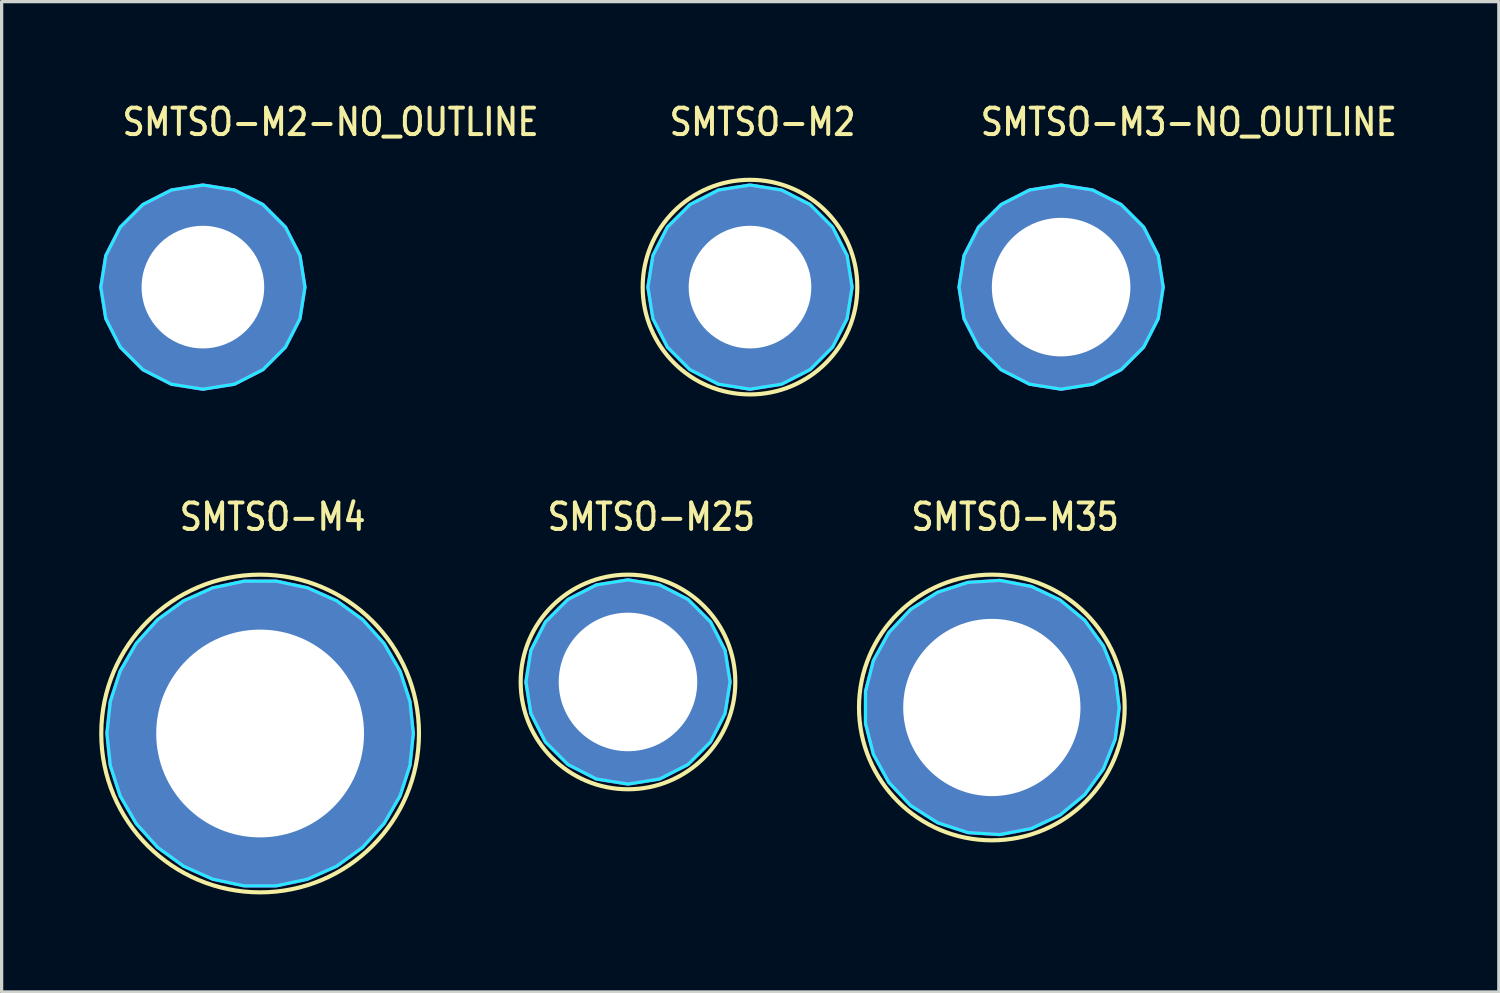
<source format=kicad_pcb>
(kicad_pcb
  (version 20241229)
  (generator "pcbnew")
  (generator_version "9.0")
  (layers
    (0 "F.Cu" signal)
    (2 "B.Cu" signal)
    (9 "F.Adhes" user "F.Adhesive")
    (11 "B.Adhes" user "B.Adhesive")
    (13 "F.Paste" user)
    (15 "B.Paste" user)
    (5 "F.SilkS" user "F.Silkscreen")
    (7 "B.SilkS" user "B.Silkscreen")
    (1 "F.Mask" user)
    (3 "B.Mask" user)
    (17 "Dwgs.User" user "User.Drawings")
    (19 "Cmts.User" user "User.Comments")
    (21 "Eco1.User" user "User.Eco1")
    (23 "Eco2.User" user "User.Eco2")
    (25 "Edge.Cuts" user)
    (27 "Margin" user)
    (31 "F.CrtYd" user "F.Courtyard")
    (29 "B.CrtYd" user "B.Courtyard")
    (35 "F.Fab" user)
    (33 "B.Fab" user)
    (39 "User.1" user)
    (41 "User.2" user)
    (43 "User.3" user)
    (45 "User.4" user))
  (footprint "SMTSO-M25"
    (layer "F.Cu")
    (at 16.261 17.921)
    (property "Reference" "SMTSO-M25" (at -2.54 -4.6 0) (unlocked yes) (layer "F.SilkS") (effects (font (size 0.813 0.695) (thickness 0.122)) (justify left bottom)))
    (fp_circle (center 0 0) (end 3.3 0) (stroke (width 0.127) (type solid)) (fill no) (layer "F.SilkS"))
    (fp_poly (pts (xy -2.976 -0.538) (xy 2.976 -0.538) (xy 2.14 -0.538) (xy -2.14 -0.538)) (stroke (width 0.076) (type solid)) (fill yes) (layer "F.Paste"))
    (fp_poly (pts (xy 2.976 0.538) (xy -2.976 0.538) (xy -2.14 0.538) (xy 2.14 0.538)) (stroke (width 0.076) (type solid)) (fill yes) (layer "F.Paste"))
    (fp_poly (pts (xy 3.139 0) (xy 2.985 -0.97) (xy 2.539 -1.845) (xy 1.845 -2.539) (xy 0.97 -2.985) (xy 0 -3.139) (xy -0.97 -2.985) (xy -1.845 -2.539) (xy -2.539 -1.845) (xy -2.985 -0.97) (xy -3.139 0) (xy -2.985 0.97) (xy -2.539 1.845) (xy -1.845 2.539) (xy -0.97 2.985) (xy 0 3.139) (xy 0.97 2.985) (xy 1.845 2.539) (xy 2.539 1.845) (xy 2.985 0.97)) (stroke (width 0.1) (type solid)) (fill no) (layer "B.CrtYd"))
    (fp_poly (pts (xy 3.139 0) (xy 2.985 -0.97) (xy 2.539 -1.845) (xy 1.845 -2.539) (xy 0.97 -2.985) (xy 0 -3.139) (xy -0.97 -2.985) (xy -1.845 -2.539) (xy -2.539 -1.845) (xy -2.985 -0.97) (xy -3.139 0) (xy -2.985 0.97) (xy -2.539 1.845) (xy -1.845 2.539) (xy -0.97 2.985) (xy 0 3.139) (xy 0.97 2.985) (xy 1.845 2.539) (xy 2.539 1.845) (xy 2.985 0.97)) (stroke (width 0.1) (type solid)) (fill no) (layer "F.CrtYd"))
    (pad "P$1" thru_hole oval (at 0 0) (size 6.2 6.2) (drill 4.26) (layers "*.Cu" "*.Mask")))
  (footprint "SMTSO-M3-NO_OUTLINE"
    (layer "F.Cu")
    (at 29.58 5.779)
    (property "Reference" "SMTSO-M3-NO_OUTLINE" (at -2.54 -4.6 0) (unlocked yes) (layer "F.SilkS") (effects (font (size 0.813 0.695) (thickness 0.122)) (justify left bottom)))
    (fp_poly (pts (xy -2.976 -0.538) (xy 2.976 -0.538) (xy 2.14 -0.538) (xy -2.14 -0.538)) (stroke (width 0.076) (type solid)) (fill yes) (layer "F.Paste"))
    (fp_poly (pts (xy 2.976 0.538) (xy -2.976 0.538) (xy -2.14 0.538) (xy 2.14 0.538)) (stroke (width 0.076) (type solid)) (fill yes) (layer "F.Paste"))
    (fp_poly (pts (xy 3.139 0) (xy 2.985 -0.97) (xy 2.539 -1.845) (xy 1.845 -2.539) (xy 0.97 -2.985) (xy 0 -3.139) (xy -0.97 -2.985) (xy -1.845 -2.539) (xy -2.539 -1.845) (xy -2.985 -0.97) (xy -3.139 0) (xy -2.985 0.97) (xy -2.539 1.845) (xy -1.845 2.539) (xy -0.97 2.985) (xy 0 3.139) (xy 0.97 2.985) (xy 1.845 2.539) (xy 2.539 1.845) (xy 2.985 0.97)) (stroke (width 0.1) (type solid)) (fill no) (layer "B.CrtYd"))
    (fp_poly (pts (xy 3.139 0) (xy 2.985 -0.97) (xy 2.539 -1.845) (xy 1.845 -2.539) (xy 0.97 -2.985) (xy 0 -3.139) (xy -0.97 -2.985) (xy -1.845 -2.539) (xy -2.539 -1.845) (xy -2.985 -0.97) (xy -3.139 0) (xy -2.985 0.97) (xy -2.539 1.845) (xy -1.845 2.539) (xy -0.97 2.985) (xy 0 3.139) (xy 0.97 2.985) (xy 1.845 2.539) (xy 2.539 1.845) (xy 2.985 0.97)) (stroke (width 0.1) (type solid)) (fill no) (layer "F.CrtYd"))
    (pad "P$1" thru_hole oval (at 0 0) (size 6.2 6.2) (drill 4.26) (layers "*.Cu" "*.Mask")))
  (footprint "SMTSO-M2"
    (layer "F.Cu")
    (at 20.013 5.779)
    (property "Reference" "SMTSO-M2" (at -2.54 -4.6 0) (unlocked yes) (layer "F.SilkS") (effects (font (size 0.813 0.695) (thickness 0.122)) (justify left bottom)))
    (fp_circle (center 0 0) (end 3.3 0) (stroke (width 0.127) (type solid)) (fill no) (layer "F.SilkS"))
    (fp_poly (pts (xy -2.976 -0.538) (xy 2.976 -0.538) (xy 1.886 -0.538) (xy -1.886 -0.538)) (stroke (width 0.076) (type solid)) (fill yes) (layer "F.Paste"))
    (fp_poly (pts (xy 2.976 0.538) (xy -2.976 0.538) (xy -1.886 0.538) (xy 1.886 0.538)) (stroke (width 0.076) (type solid)) (fill yes) (layer "F.Paste"))
    (fp_poly (pts (xy 3.139 0) (xy 2.985 -0.97) (xy 2.539 -1.845) (xy 1.845 -2.539) (xy 0.97 -2.985) (xy 0 -3.139) (xy -0.97 -2.985) (xy -1.845 -2.539) (xy -2.539 -1.845) (xy -2.985 -0.97) (xy -3.139 0) (xy -2.985 0.97) (xy -2.539 1.845) (xy -1.845 2.539) (xy -0.97 2.985) (xy 0 3.139) (xy 0.97 2.985) (xy 1.845 2.539) (xy 2.539 1.845) (xy 2.985 0.97)) (stroke (width 0.1) (type solid)) (fill no) (layer "B.CrtYd"))
    (fp_poly (pts (xy 3.139 0) (xy 2.985 -0.97) (xy 2.539 -1.845) (xy 1.845 -2.539) (xy 0.97 -2.985) (xy 0 -3.139) (xy -0.97 -2.985) (xy -1.845 -2.539) (xy -2.539 -1.845) (xy -2.985 -0.97) (xy -3.139 0) (xy -2.985 0.97) (xy -2.539 1.845) (xy -1.845 2.539) (xy -0.97 2.985) (xy 0 3.139) (xy 0.97 2.985) (xy 1.845 2.539) (xy 2.539 1.845) (xy 2.985 0.97)) (stroke (width 0.1) (type solid)) (fill no) (layer "F.CrtYd"))
    (pad "P$1" thru_hole oval (at 0 0) (size 6.2 6.2) (drill 3.77) (layers "*.Cu" "*.Mask")))
  (footprint "SMTSO-M2-NO_OUTLINE"
    (layer "F.Cu")
    (at 3.189 5.779)
    (property "Reference" "SMTSO-M2-NO_OUTLINE" (at -2.54 -4.6 0) (unlocked yes) (layer "F.SilkS") (effects (font (size 0.813 0.695) (thickness 0.122)) (justify left bottom)))
    (fp_poly (pts (xy -2.976 -0.538) (xy 2.976 -0.538) (xy 1.886 -0.538) (xy -1.886 -0.538)) (stroke (width 0.076) (type solid)) (fill yes) (layer "F.Paste"))
    (fp_poly (pts (xy 2.976 0.538) (xy -2.976 0.538) (xy -1.886 0.538) (xy 1.886 0.538)) (stroke (width 0.076) (type solid)) (fill yes) (layer "F.Paste"))
    (fp_poly (pts (xy 3.139 0) (xy 2.985 -0.97) (xy 2.539 -1.845) (xy 1.845 -2.539) (xy 0.97 -2.985) (xy 0 -3.139) (xy -0.97 -2.985) (xy -1.845 -2.539) (xy -2.539 -1.845) (xy -2.985 -0.97) (xy -3.139 0) (xy -2.985 0.97) (xy -2.539 1.845) (xy -1.845 2.539) (xy -0.97 2.985) (xy 0 3.139) (xy 0.97 2.985) (xy 1.845 2.539) (xy 2.539 1.845) (xy 2.985 0.97)) (stroke (width 0.1) (type solid)) (fill no) (layer "B.CrtYd"))
    (fp_poly (pts (xy 3.139 0) (xy 2.985 -0.97) (xy 2.539 -1.845) (xy 1.845 -2.539) (xy 0.97 -2.985) (xy 0 -3.139) (xy -0.97 -2.985) (xy -1.845 -2.539) (xy -2.539 -1.845) (xy -2.985 -0.97) (xy -3.139 0) (xy -2.985 0.97) (xy -2.539 1.845) (xy -1.845 2.539) (xy -0.97 2.985) (xy 0 3.139) (xy 0.97 2.985) (xy 1.845 2.539) (xy 2.539 1.845) (xy 2.985 0.97)) (stroke (width 0.1) (type solid)) (fill no) (layer "F.CrtYd"))
    (pad "P$1" thru_hole oval (at 0 0) (size 6.2 6.2) (drill 3.77) (layers "*.Cu" "*.Mask")))
  (footprint "SMTSO-M4"
    (layer "F.Cu")
    (at 4.949 19.506)
    (property "Reference" "SMTSO-M4" (at -2.54 -6.185 0) (unlocked yes) (layer "F.SilkS") (effects (font (size 0.813 0.695) (thickness 0.122)) (justify left bottom)))
    (fp_circle (center 0 0) (end 4.885 0) (stroke (width 0.127) (type solid)) (fill no) (layer "F.SilkS"))
    (fp_poly (pts (xy -4.577 -0.538) (xy -0.538 -4.577) (xy -0.538 -3.227) (xy -3.227 -0.538)) (stroke (width 0.076) (type solid)) (fill yes) (layer "F.Paste"))
    (fp_poly (pts (xy -0.538 4.577) (xy -4.577 0.538) (xy -3.227 0.538) (xy -0.538 3.227)) (stroke (width 0.076) (type solid)) (fill yes) (layer "F.Paste"))
    (fp_poly (pts (xy 0.538 -4.577) (xy 4.577 -0.538) (xy 3.227 -0.538) (xy 0.538 -3.227)) (stroke (width 0.076) (type solid)) (fill yes) (layer "F.Paste"))
    (fp_poly (pts (xy 4.577 0.538) (xy 0.538 4.577) (xy 0.538 3.227) (xy 3.227 0.538)) (stroke (width 0.076) (type solid)) (fill yes) (layer "F.Paste"))
    (fp_poly (pts (xy 4.711 0) (xy 4.608 -0.979) (xy 4.304 -1.916) (xy 3.811 -2.769) (xy 3.152 -3.501) (xy 2.355 -4.08) (xy 1.456 -4.48) (xy 0.492 -4.685) (xy -0.492 -4.685) (xy -1.456 -4.48) (xy -2.355 -4.08) (xy -3.152 -3.501) (xy -3.811 -2.769) (xy -4.304 -1.916) (xy -4.608 -0.979) (xy -4.711 0) (xy -4.608 0.979) (xy -4.304 1.916) (xy -3.811 2.769) (xy -3.152 3.501) (xy -2.355 4.08) (xy -1.456 4.48) (xy -0.492 4.685) (xy 0.492 4.685) (xy 1.456 4.48) (xy 2.355 4.08) (xy 3.152 3.501) (xy 3.811 2.769) (xy 4.304 1.916) (xy 4.608 0.979)) (stroke (width 0.1) (type solid)) (fill no) (layer "B.CrtYd"))
    (fp_poly (pts (xy 4.711 0) (xy 4.608 -0.979) (xy 4.304 -1.916) (xy 3.811 -2.769) (xy 3.152 -3.501) (xy 2.355 -4.08) (xy 1.456 -4.48) (xy 0.492 -4.685) (xy -0.492 -4.685) (xy -1.456 -4.48) (xy -2.355 -4.08) (xy -3.152 -3.501) (xy -3.811 -2.769) (xy -4.304 -1.916) (xy -4.608 -0.979) (xy -4.711 0) (xy -4.608 0.979) (xy -4.304 1.916) (xy -3.811 2.769) (xy -3.152 3.501) (xy -2.355 4.08) (xy -1.456 4.48) (xy -0.492 4.685) (xy 0.492 4.685) (xy 1.456 4.48) (xy 2.355 4.08) (xy 3.152 3.501) (xy 3.811 2.769) (xy 4.304 1.916) (xy 4.608 0.979)) (stroke (width 0.1) (type solid)) (fill no) (layer "F.CrtYd"))
    (pad "P$1" thru_hole oval (at 0 0) (size 9.37 9.37) (drill 6.39) (layers "*.Cu" "*.Mask")))
  (footprint "SMTSO-M35"
    (layer "F.Cu")
    (at 27.45 18.706)
    (property "Reference" "SMTSO-M35" (at -2.54 -5.385 0) (unlocked yes) (layer "F.SilkS") (effects (font (size 0.813 0.695) (thickness 0.122)) (justify left bottom)))
    (fp_circle (center 0 0) (end 4.085 0) (stroke (width 0.127) (type solid)) (fill no) (layer "F.SilkS"))
    (fp_poly (pts (xy -3.771 -0.538) (xy -0.538 -3.771) (xy -0.538 -2.749) (xy -2.749 -0.538)) (stroke (width 0.076) (type solid)) (fill yes) (layer "F.Paste"))
    (fp_poly (pts (xy -0.538 3.771) (xy -3.771 0.538) (xy -2.749 0.538) (xy -0.538 2.749)) (stroke (width 0.076) (type solid)) (fill yes) (layer "F.Paste"))
    (fp_poly (pts (xy 0.538 -3.771) (xy 3.771 -0.538) (xy 2.749 -0.538) (xy 0.538 -2.749)) (stroke (width 0.076) (type solid)) (fill yes) (layer "F.Paste"))
    (fp_poly (pts (xy 3.771 0.538) (xy 0.538 3.771) (xy 0.538 2.749) (xy 2.749 0.538)) (stroke (width 0.076) (type solid)) (fill yes) (layer "F.Paste"))
    (fp_poly (pts (xy 3.916 0) (xy 3.793 -0.974) (xy 3.432 -1.886) (xy 2.855 -2.681) (xy 2.098 -3.306) (xy 1.21 -3.724) (xy 0.246 -3.908) (xy -0.734 -3.847) (xy -1.667 -3.543) (xy -2.496 -3.017) (xy -3.168 -2.302) (xy -3.641 -1.442) (xy -3.885 -0.491) (xy -3.885 0.491) (xy -3.641 1.442) (xy -3.168 2.302) (xy -2.496 3.017) (xy -1.667 3.543) (xy -0.734 3.847) (xy 0.246 3.908) (xy 1.21 3.724) (xy 2.098 3.306) (xy 2.855 2.681) (xy 3.432 1.886) (xy 3.793 0.974)) (stroke (width 0.1) (type solid)) (fill no) (layer "B.CrtYd"))
    (fp_poly (pts (xy 3.916 0) (xy 3.793 -0.974) (xy 3.432 -1.886) (xy 2.855 -2.681) (xy 2.098 -3.306) (xy 1.21 -3.724) (xy 0.246 -3.908) (xy -0.734 -3.847) (xy -1.667 -3.543) (xy -2.496 -3.017) (xy -3.168 -2.302) (xy -3.641 -1.442) (xy -3.885 -0.491) (xy -3.885 0.491) (xy -3.641 1.442) (xy -3.168 2.302) (xy -2.496 3.017) (xy -1.667 3.543) (xy -0.734 3.847) (xy 0.246 3.908) (xy 1.21 3.724) (xy 2.098 3.306) (xy 2.855 2.681) (xy 3.432 1.886) (xy 3.793 0.974)) (stroke (width 0.1) (type solid)) (fill no) (layer "F.CrtYd"))
    (pad "P$1" thru_hole oval (at 0 0) (size 7.77 7.77) (drill 5.45) (layers "*.Cu" "*.Mask")))
  (gr_rect
    (start -3 -3)
    (end 43.04 27.454)
    (stroke (width 0.1) (type default))
    (fill no)
    (layer "Edge.Cuts")))
</source>
